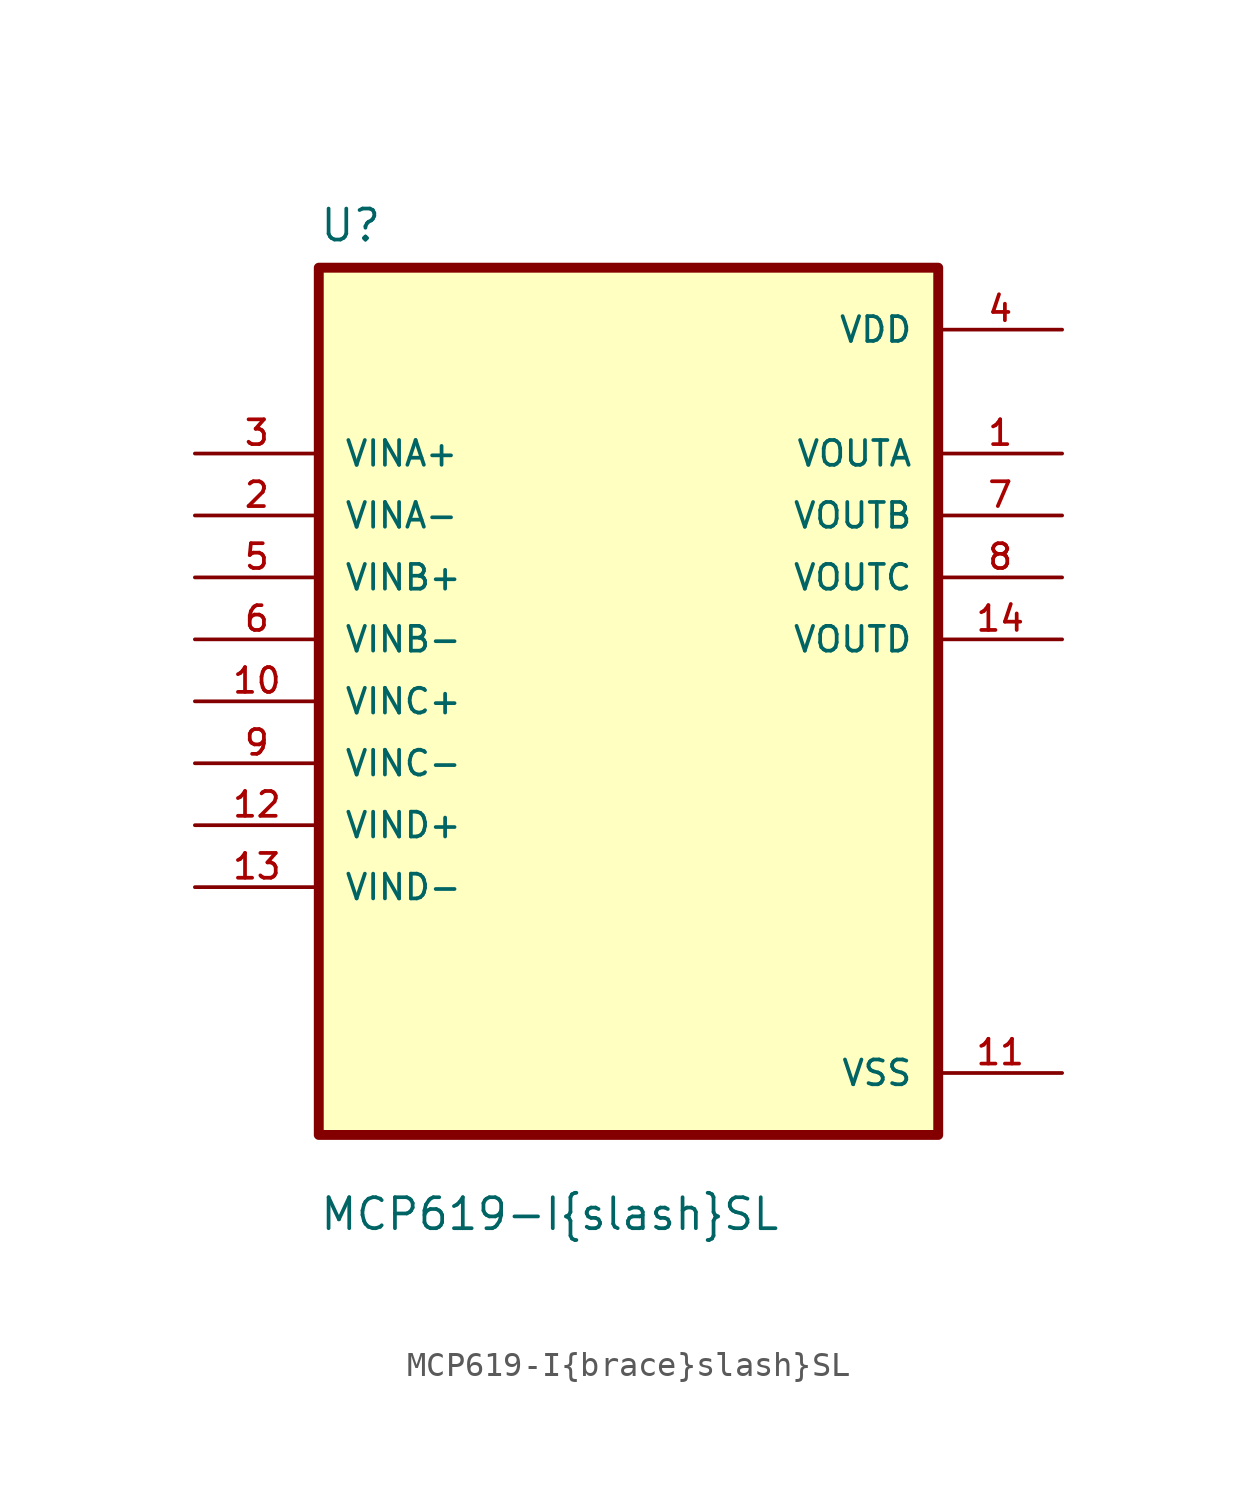
<source format=kicad_sym>
(kicad_symbol_lib
  (version 20211014)
  (generator kicad_symbol_editor)
  (symbol "MCP619-I{brace}slash}SL"
    (pin_names
      (offset 1.016))
    (property "Reference" "U"
      (at -12.7 18.771 0)
      (effects (font (size 1.27 1.27)) (justify left bottom)))
    (property "Value" "MCP619-I{brace}slash}SL"
      (at -12.7 -21.768 0)
      (effects (font (size 1.27 1.27)) (justify left bottom)))
    (property "ki_locked" ""
      (at 0 0 0)
      (effects (font (size 1.27 1.27))))
    (symbol "MCP619-I{brace}slash}SL_0_0"
      (rectangle (start -12.7 -17.78) (end 12.7 17.78) (stroke (width 0.406) (type default) (color 0 0 0 0)) (fill (type background)))
      (pin output line (at 17.78 10.16 180) (length 5.08) (name "VOUTA" (effects (font (size 1.016 1.016)))) (number "1" (effects (font (size 1.016 1.016)))))
      (pin input line (at -17.78 0 0) (length 5.08) (name "VINC+" (effects (font (size 1.016 1.016)))) (number "10" (effects (font (size 1.016 1.016)))))
      (pin power_in line (at 17.78 -15.24 180) (length 5.08) (name "VSS" (effects (font (size 1.016 1.016)))) (number "11" (effects (font (size 1.016 1.016)))))
      (pin input line (at -17.78 -5.08 0) (length 5.08) (name "VIND+" (effects (font (size 1.016 1.016)))) (number "12" (effects (font (size 1.016 1.016)))))
      (pin input line (at -17.78 -7.62 0) (length 5.08) (name "VIND-" (effects (font (size 1.016 1.016)))) (number "13" (effects (font (size 1.016 1.016)))))
      (pin output line (at 17.78 2.54 180) (length 5.08) (name "VOUTD" (effects (font (size 1.016 1.016)))) (number "14" (effects (font (size 1.016 1.016)))))
      (pin input line (at -17.78 7.62 0) (length 5.08) (name "VINA-" (effects (font (size 1.016 1.016)))) (number "2" (effects (font (size 1.016 1.016)))))
      (pin input line (at -17.78 10.16 0) (length 5.08) (name "VINA+" (effects (font (size 1.016 1.016)))) (number "3" (effects (font (size 1.016 1.016)))))
      (pin power_in line (at 17.78 15.24 180) (length 5.08) (name "VDD" (effects (font (size 1.016 1.016)))) (number "4" (effects (font (size 1.016 1.016)))))
      (pin input line (at -17.78 5.08 0) (length 5.08) (name "VINB+" (effects (font (size 1.016 1.016)))) (number "5" (effects (font (size 1.016 1.016)))))
      (pin input line (at -17.78 2.54 0) (length 5.08) (name "VINB-" (effects (font (size 1.016 1.016)))) (number "6" (effects (font (size 1.016 1.016)))))
      (pin output line (at 17.78 7.62 180) (length 5.08) (name "VOUTB" (effects (font (size 1.016 1.016)))) (number "7" (effects (font (size 1.016 1.016)))))
      (pin output line (at 17.78 5.08 180) (length 5.08) (name "VOUTC" (effects (font (size 1.016 1.016)))) (number "8" (effects (font (size 1.016 1.016)))))
      (pin input line (at -17.78 -2.54 0) (length 5.08) (name "VINC-" (effects (font (size 1.016 1.016)))) (number "9" (effects (font (size 1.016 1.016))))))))
</source>
